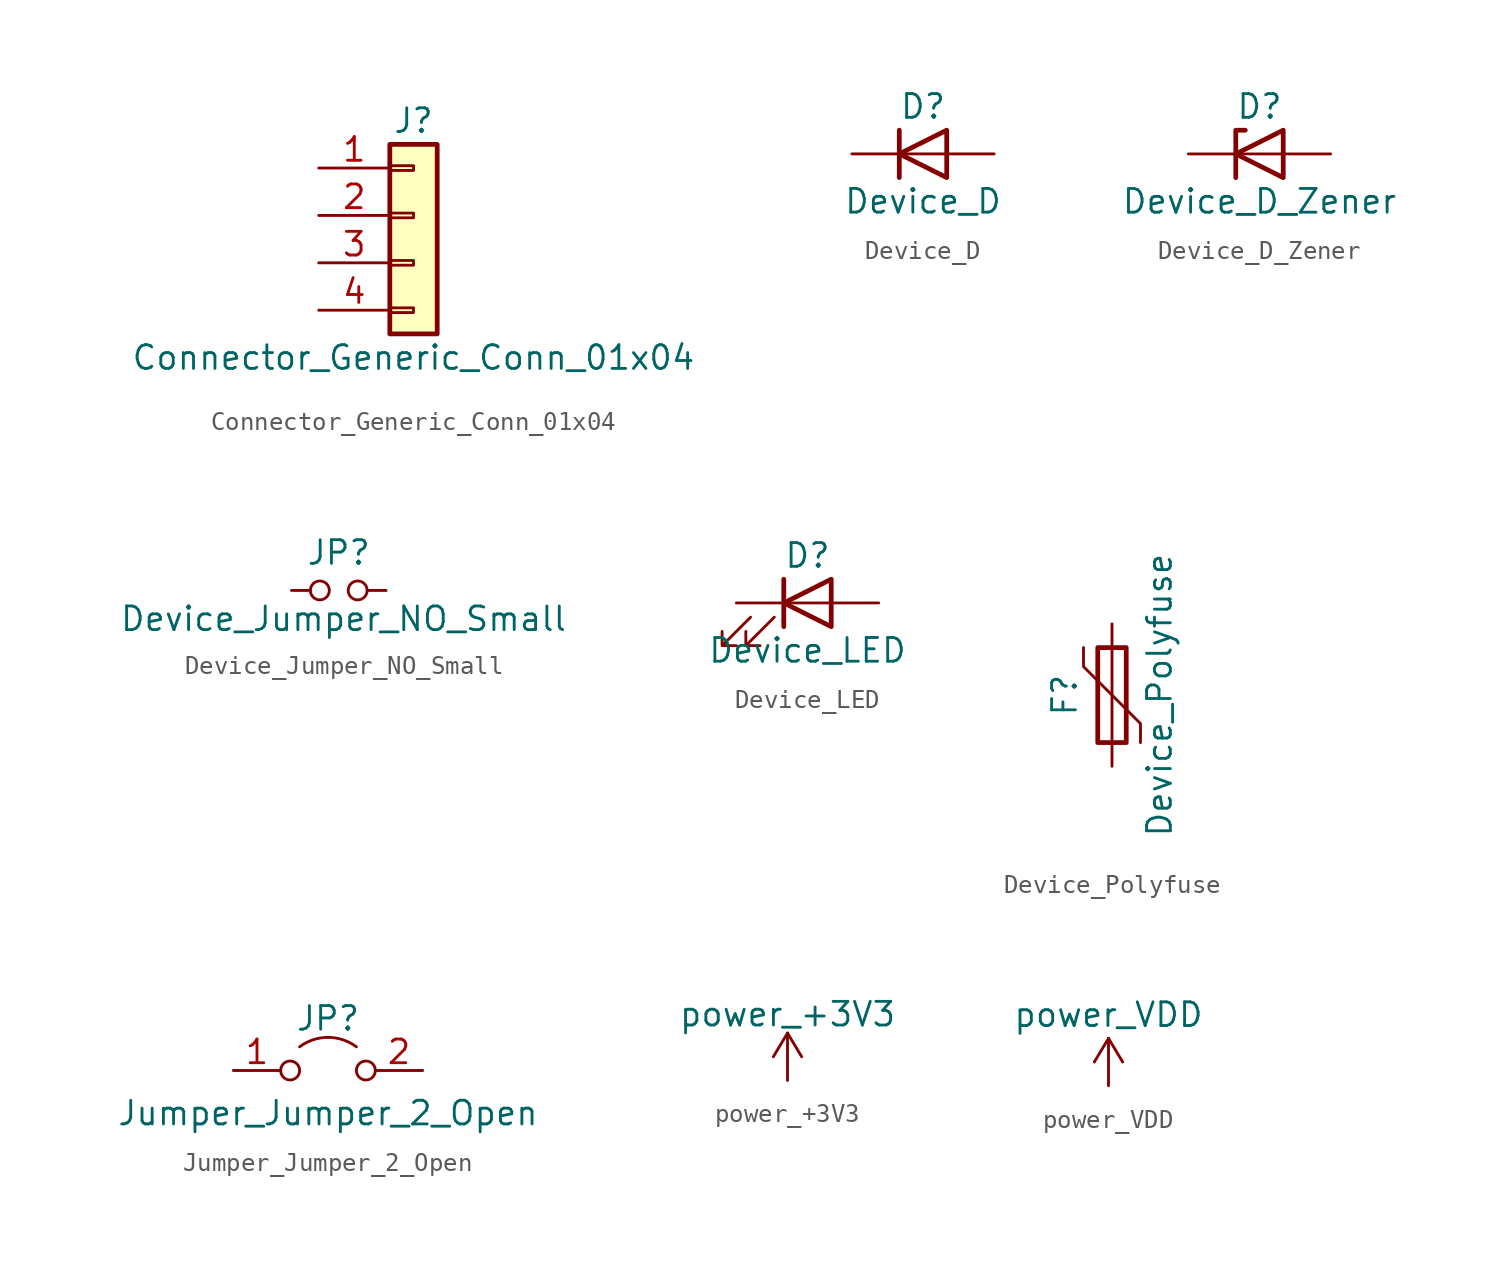
<source format=kicad_sym>
(kicad_symbol_lib
  (version 20241209)
  (generator "kicad_symbol_editor")
  (generator_version "9.0")
  (symbol "Connector_Generic_Conn_01x04"
    (pin_names
      (offset 1.016)
      (hide yes))
    (property "Reference" "J"
      (at 0 5.08 0)
      (effects (font (size 1.27 1.27))))
    (property "Value" "Connector_Generic_Conn_01x04"
      (at 0 -7.62 0)
      (effects (font (size 1.27 1.27))))
    (symbol "Connector_Generic_Conn_01x04_1_1"
      (rectangle (start -1.27 3.81) (end 1.27 -6.35) (stroke (width 0.254) (type solid)) (fill (type background)))
      (rectangle (start -1.27 2.667) (end 0 2.413) (stroke (width 0.152) (type solid)) (fill (type none)))
      (rectangle (start -1.27 0.127) (end 0 -0.127) (stroke (width 0.152) (type solid)) (fill (type none)))
      (rectangle (start -1.27 -2.413) (end 0 -2.667) (stroke (width 0.152) (type solid)) (fill (type none)))
      (rectangle (start -1.27 -4.953) (end 0 -5.207) (stroke (width 0.152) (type solid)) (fill (type none)))
      (pin passive line (at -5.08 2.54 0) (length 3.81) (name "Pin_1" (effects (font (size 1.27 1.27)))) (number "1" (effects (font (size 1.27 1.27)))))
      (pin passive line (at -5.08 0 0) (length 3.81) (name "Pin_2" (effects (font (size 1.27 1.27)))) (number "2" (effects (font (size 1.27 1.27)))))
      (pin passive line (at -5.08 -2.54 0) (length 3.81) (name "Pin_3" (effects (font (size 1.27 1.27)))) (number "3" (effects (font (size 1.27 1.27)))))
      (pin passive line (at -5.08 -5.08 0) (length 3.81) (name "Pin_4" (effects (font (size 1.27 1.27)))) (number "4" (effects (font (size 1.27 1.27)))))))
  (symbol "Device_D"
    (pin_numbers
      (hide yes))
    (pin_names
      (offset 1.016)
      (hide yes))
    (property "Reference" "D"
      (at 0 2.54 0)
      (effects (font (size 1.27 1.27))))
    (property "Value" "Device_D"
      (at 0 -2.54 0)
      (effects (font (size 1.27 1.27))))
    (symbol "Device_D_0_1"
      (polyline (pts (xy -1.27 1.27) (xy -1.27 -1.27)) (stroke (width 0.254) (type solid)) (fill (type none)))
      (polyline (pts (xy 1.27 1.27) (xy 1.27 -1.27) (xy -1.27 0) (xy 1.27 1.27)) (stroke (width 0.254) (type solid)) (fill (type none)))
      (polyline (pts (xy 1.27 0) (xy -1.27 0)) (stroke (width 0) (type solid)) (fill (type none))))
    (symbol "Device_D_1_1"
      (pin passive line (at -3.81 0 0) (length 2.54) (name "K" (effects (font (size 1.27 1.27)))) (number "1" (effects (font (size 1.27 1.27)))))
      (pin passive line (at 3.81 0 180) (length 2.54) (name "A" (effects (font (size 1.27 1.27)))) (number "2" (effects (font (size 1.27 1.27)))))))
  (symbol "Device_D_Zener"
    (pin_numbers
      (hide yes))
    (pin_names
      (offset 1.016)
      (hide yes))
    (property "Reference" "D"
      (at 0 2.54 0)
      (effects (font (size 1.27 1.27))))
    (property "Value" "Device_D_Zener"
      (at 0 -2.54 0)
      (effects (font (size 1.27 1.27))))
    (symbol "Device_D_Zener_0_1"
      (polyline (pts (xy -1.27 -1.27) (xy -1.27 1.27) (xy -0.762 1.27)) (stroke (width 0.254) (type solid)) (fill (type none)))
      (polyline (pts (xy 1.27 0) (xy -1.27 0)) (stroke (width 0) (type solid)) (fill (type none)))
      (polyline (pts (xy 1.27 -1.27) (xy 1.27 1.27) (xy -1.27 0) (xy 1.27 -1.27)) (stroke (width 0.254) (type solid)) (fill (type none))))
    (symbol "Device_D_Zener_1_1"
      (pin passive line (at -3.81 0 0) (length 2.54) (name "K" (effects (font (size 1.27 1.27)))) (number "1" (effects (font (size 1.27 1.27)))))
      (pin passive line (at 3.81 0 180) (length 2.54) (name "A" (effects (font (size 1.27 1.27)))) (number "2" (effects (font (size 1.27 1.27)))))))
  (symbol "Device_Jumper_NO_Small"
    (pin_numbers
      (hide yes))
    (pin_names
      (offset 0.762)
      (hide yes))
    (property "Reference" "JP"
      (at 0 2.032 0)
      (effects (font (size 1.27 1.27))))
    (property "Value" "Device_Jumper_NO_Small"
      (at 0.254 -1.524 0)
      (effects (font (size 1.27 1.27))))
    (symbol "Device_Jumper_NO_Small_0_1"
      (circle (center -1.016 0) (radius 0.508) (stroke (width 0) (type solid)) (fill (type none)))
      (circle (center 1.016 0) (radius 0.508) (stroke (width 0) (type solid)) (fill (type none)))
      (pin passive line (at -2.54 0 0) (length 1.016) (name "1" (effects (font (size 1.27 1.27)))) (number "1" (effects (font (size 1.27 1.27)))))
      (pin passive line (at 2.54 0 180) (length 1.016) (name "2" (effects (font (size 1.27 1.27)))) (number "2" (effects (font (size 1.27 1.27)))))))
  (symbol "Device_LED"
    (pin_numbers
      (hide yes))
    (pin_names
      (offset 1.016)
      (hide yes))
    (property "Reference" "D"
      (at 0 2.54 0)
      (effects (font (size 1.27 1.27))))
    (property "Value" "Device_LED"
      (at 0 -2.54 0)
      (effects (font (size 1.27 1.27))))
    (symbol "Device_LED_0_1"
      (polyline (pts (xy -3.048 -0.762) (xy -4.572 -2.286) (xy -3.81 -2.286) (xy -4.572 -2.286) (xy -4.572 -1.524)) (stroke (width 0) (type solid)) (fill (type none)))
      (polyline (pts (xy -1.778 -0.762) (xy -3.302 -2.286) (xy -2.54 -2.286) (xy -3.302 -2.286) (xy -3.302 -1.524)) (stroke (width 0) (type solid)) (fill (type none)))
      (polyline (pts (xy -1.27 0) (xy 1.27 0)) (stroke (width 0) (type solid)) (fill (type none)))
      (polyline (pts (xy -1.27 -1.27) (xy -1.27 1.27)) (stroke (width 0.254) (type solid)) (fill (type none)))
      (polyline (pts (xy 1.27 -1.27) (xy 1.27 1.27) (xy -1.27 0) (xy 1.27 -1.27)) (stroke (width 0.254) (type solid)) (fill (type none))))
    (symbol "Device_LED_1_1"
      (pin passive line (at -3.81 0 0) (length 2.54) (name "K" (effects (font (size 1.27 1.27)))) (number "1" (effects (font (size 1.27 1.27)))))
      (pin passive line (at 3.81 0 180) (length 2.54) (name "A" (effects (font (size 1.27 1.27)))) (number "2" (effects (font (size 1.27 1.27)))))))
  (symbol "Device_Polyfuse"
    (pin_numbers
      (hide yes))
    (pin_names
      (offset 0))
    (property "Reference" "F"
      (at -2.54 0 90)
      (effects (font (size 1.27 1.27))))
    (property "Value" "Device_Polyfuse"
      (at 2.54 0 90)
      (effects (font (size 1.27 1.27))))
    (symbol "Device_Polyfuse_0_1"
      (polyline (pts (xy -1.524 2.54) (xy -1.524 1.524) (xy 1.524 -1.524) (xy 1.524 -2.54)) (stroke (width 0) (type solid)) (fill (type none)))
      (rectangle (start -0.762 2.54) (end 0.762 -2.54) (stroke (width 0.254) (type solid)) (fill (type none)))
      (polyline (pts (xy 0 2.54) (xy 0 -2.54)) (stroke (width 0) (type solid)) (fill (type none))))
    (symbol "Device_Polyfuse_1_1"
      (pin passive line (at 0 3.81 270) (length 1.27) (name "~" (effects (font (size 1.27 1.27)))) (number "1" (effects (font (size 1.27 1.27)))))
      (pin passive line (at 0 -3.81 90) (length 1.27) (name "~" (effects (font (size 1.27 1.27)))) (number "2" (effects (font (size 1.27 1.27)))))))
  (symbol "Jumper_Jumper_2_Open"
    (pin_names
      (offset 0)
      (hide yes))
    (property "Reference" "JP"
      (at 0 2.794 0)
      (effects (font (size 1.27 1.27))))
    (property "Value" "Jumper_Jumper_2_Open"
      (at 0 -2.286 0)
      (effects (font (size 1.27 1.27))))
    (symbol "Jumper_Jumper_2_Open_0_0"
      (circle (center -2.032 0) (radius 0.508) (stroke (width 0) (type solid)) (fill (type none)))
      (circle (center 2.032 0) (radius 0.508) (stroke (width 0) (type solid)) (fill (type none))))
    (symbol "Jumper_Jumper_2_Open_0_1"
      (arc (start -1.524 1.27) (mid 0 1.778) (end 1.524 1.27) (stroke (width 0) (type solid)) (fill (type none))))
    (symbol "Jumper_Jumper_2_Open_1_1"
      (pin passive line (at -5.08 0 0) (length 2.54) (name "A" (effects (font (size 1.27 1.27)))) (number "1" (effects (font (size 1.27 1.27)))))
      (pin passive line (at 5.08 0 180) (length 2.54) (name "B" (effects (font (size 1.27 1.27)))) (number "2" (effects (font (size 1.27 1.27)))))))
  (symbol "power_+3V3"
    (power)
    (pin_names
      (offset 0))
    (property "Reference" "#PWR"
      (at 0 -3.81 0)
      (effects (font (size 1.27 1.27)) (hide yes)))
    (property "Value" "power_+3V3"
      (at 0 3.556 0)
      (effects (font (size 1.27 1.27))))
    (symbol "power_+3V3_0_1"
      (polyline (pts (xy -0.762 1.27) (xy 0 2.54)) (stroke (width 0) (type solid)) (fill (type none)))
      (polyline (pts (xy 0 2.54) (xy 0.762 1.27)) (stroke (width 0) (type solid)) (fill (type none)))
      (polyline (pts (xy 0 0) (xy 0 2.54)) (stroke (width 0) (type solid)) (fill (type none))))
    (symbol "power_+3V3_1_1"
      (pin power_in line (at 0 0 90) (length 0) (hide yes) (name "+3V3" (effects (font (size 1.27 1.27)))) (number "1" (effects (font (size 1.27 1.27)))))))
  (symbol "power_VDD"
    (power)
    (pin_names
      (offset 0))
    (property "Reference" "#PWR"
      (at 0 -3.81 0)
      (effects (font (size 1.27 1.27)) (hide yes)))
    (property "Value" "power_VDD"
      (at 0 3.81 0)
      (effects (font (size 1.27 1.27))))
    (symbol "power_VDD_0_1"
      (polyline (pts (xy -0.762 1.27) (xy 0 2.54)) (stroke (width 0) (type solid)) (fill (type none)))
      (polyline (pts (xy 0 2.54) (xy 0.762 1.27)) (stroke (width 0) (type solid)) (fill (type none)))
      (polyline (pts (xy 0 0) (xy 0 2.54)) (stroke (width 0) (type solid)) (fill (type none))))
    (symbol "power_VDD_1_1"
      (pin power_in line (at 0 0 90) (length 0) (hide yes) (name "VDD" (effects (font (size 1.27 1.27)))) (number "1" (effects (font (size 1.27 1.27))))))))
</source>
